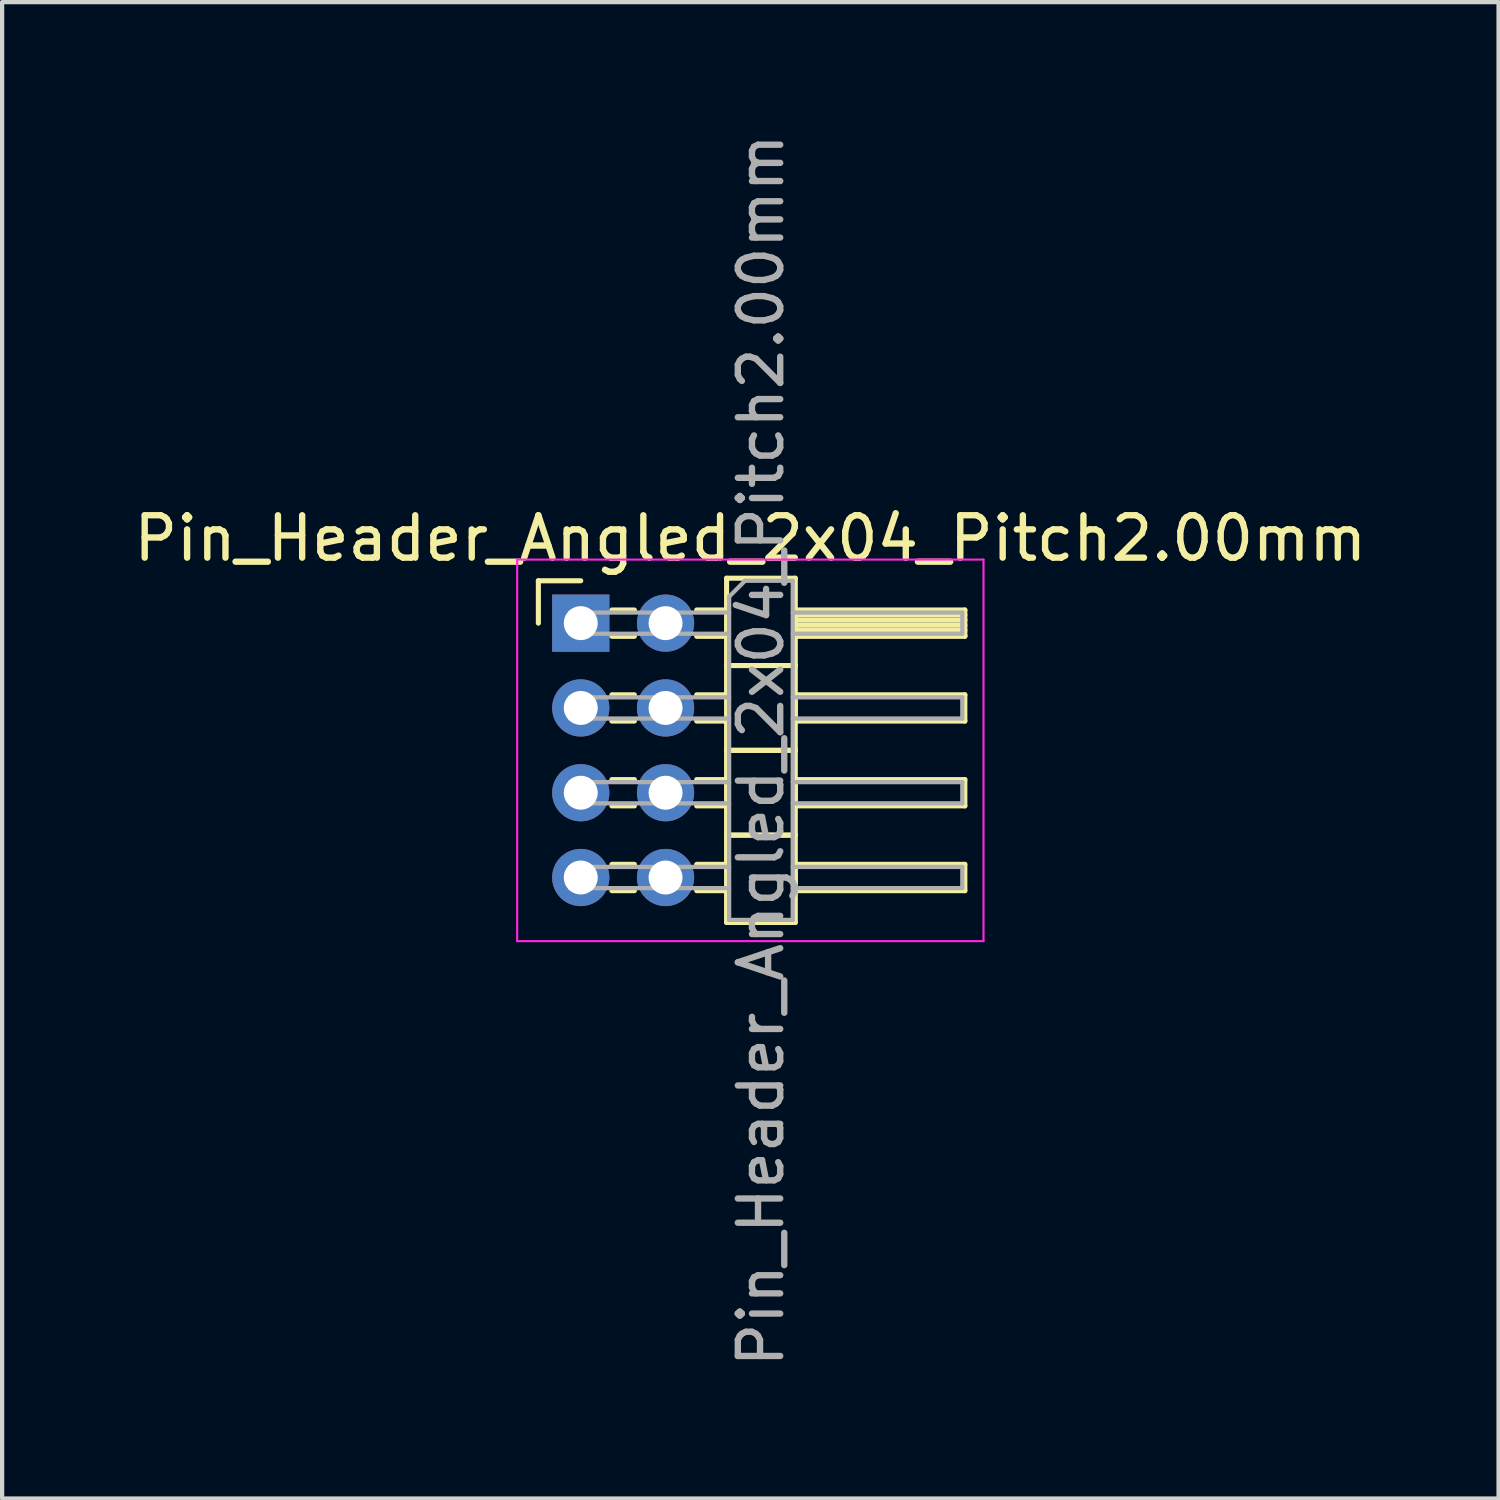
<source format=kicad_pcb>
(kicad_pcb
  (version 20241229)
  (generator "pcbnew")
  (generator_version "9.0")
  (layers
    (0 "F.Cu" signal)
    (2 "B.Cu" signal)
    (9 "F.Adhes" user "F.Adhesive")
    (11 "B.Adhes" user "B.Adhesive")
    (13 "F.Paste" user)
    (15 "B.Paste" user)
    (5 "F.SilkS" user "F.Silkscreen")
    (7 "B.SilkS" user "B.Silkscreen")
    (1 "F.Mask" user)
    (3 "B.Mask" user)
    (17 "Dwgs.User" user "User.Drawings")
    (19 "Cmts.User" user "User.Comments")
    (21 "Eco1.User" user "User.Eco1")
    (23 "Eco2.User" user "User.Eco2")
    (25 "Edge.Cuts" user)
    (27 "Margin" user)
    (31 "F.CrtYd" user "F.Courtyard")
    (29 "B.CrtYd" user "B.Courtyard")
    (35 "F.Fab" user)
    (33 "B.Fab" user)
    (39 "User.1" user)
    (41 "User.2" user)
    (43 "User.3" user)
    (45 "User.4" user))
  (footprint "Pin_Header_Angled_2x04_Pitch2.00mm"
    (layer "F.Cu")
    (at 10.649 11.649)
    (property "Reference" "Pin_Header_Angled_2x04_Pitch2.00mm" (at 4 -2 0) (layer "F.SilkS") (effects (font (size 1 1) (thickness 0.15))))
    (attr through_hole)
    (fp_line (start -1 -1) (end 0 -1) (stroke (width 0.12) (type solid)) (layer "F.SilkS"))
    (fp_line (start -1 0) (end -1 -1) (stroke (width 0.12) (type solid)) (layer "F.SilkS"))
    (fp_line (start 0.735 -0.31) (end 1.265 -0.31) (stroke (width 0.12) (type solid)) (layer "F.SilkS"))
    (fp_line (start 0.735 0.31) (end 1.265 0.31) (stroke (width 0.12) (type solid)) (layer "F.SilkS"))
    (fp_line (start 0.735 1.69) (end 1.265 1.69) (stroke (width 0.12) (type solid)) (layer "F.SilkS"))
    (fp_line (start 0.735 2.31) (end 1.265 2.31) (stroke (width 0.12) (type solid)) (layer "F.SilkS"))
    (fp_line (start 0.735 3.69) (end 1.265 3.69) (stroke (width 0.12) (type solid)) (layer "F.SilkS"))
    (fp_line (start 0.735 4.31) (end 1.265 4.31) (stroke (width 0.12) (type solid)) (layer "F.SilkS"))
    (fp_line (start 0.735 5.69) (end 1.265 5.69) (stroke (width 0.12) (type solid)) (layer "F.SilkS"))
    (fp_line (start 0.735 6.31) (end 1.265 6.31) (stroke (width 0.12) (type solid)) (layer "F.SilkS"))
    (fp_line (start 2.735 -0.31) (end 3.44 -0.31) (stroke (width 0.12) (type solid)) (layer "F.SilkS"))
    (fp_line (start 2.735 0.31) (end 3.44 0.31) (stroke (width 0.12) (type solid)) (layer "F.SilkS"))
    (fp_line (start 2.735 1.69) (end 3.44 1.69) (stroke (width 0.12) (type solid)) (layer "F.SilkS"))
    (fp_line (start 2.735 2.31) (end 3.44 2.31) (stroke (width 0.12) (type solid)) (layer "F.SilkS"))
    (fp_line (start 2.735 3.69) (end 3.44 3.69) (stroke (width 0.12) (type solid)) (layer "F.SilkS"))
    (fp_line (start 2.735 4.31) (end 3.44 4.31) (stroke (width 0.12) (type solid)) (layer "F.SilkS"))
    (fp_line (start 2.735 5.69) (end 3.44 5.69) (stroke (width 0.12) (type solid)) (layer "F.SilkS"))
    (fp_line (start 2.735 6.31) (end 3.44 6.31) (stroke (width 0.12) (type solid)) (layer "F.SilkS"))
    (fp_line (start 3.44 -1.06) (end 3.44 1) (stroke (width 0.12) (type solid)) (layer "F.SilkS"))
    (fp_line (start 3.44 1) (end 3.44 3) (stroke (width 0.12) (type solid)) (layer "F.SilkS"))
    (fp_line (start 3.44 1) (end 5.06 1) (stroke (width 0.12) (type solid)) (layer "F.SilkS"))
    (fp_line (start 3.44 3) (end 3.44 5) (stroke (width 0.12) (type solid)) (layer "F.SilkS"))
    (fp_line (start 3.44 3) (end 5.06 3) (stroke (width 0.12) (type solid)) (layer "F.SilkS"))
    (fp_line (start 3.44 5) (end 3.44 7.06) (stroke (width 0.12) (type solid)) (layer "F.SilkS"))
    (fp_line (start 3.44 5) (end 5.06 5) (stroke (width 0.12) (type solid)) (layer "F.SilkS"))
    (fp_line (start 3.44 7.06) (end 5.06 7.06) (stroke (width 0.12) (type solid)) (layer "F.SilkS"))
    (fp_line (start 5.06 -1.06) (end 3.44 -1.06) (stroke (width 0.12) (type solid)) (layer "F.SilkS"))
    (fp_line (start 5.06 -0.31) (end 5.06 0.31) (stroke (width 0.12) (type solid)) (layer "F.SilkS"))
    (fp_line (start 5.06 -0.19) (end 9.06 -0.19) (stroke (width 0.12) (type solid)) (layer "F.SilkS"))
    (fp_line (start 5.06 -0.07) (end 9.06 -0.07) (stroke (width 0.12) (type solid)) (layer "F.SilkS"))
    (fp_line (start 5.06 0.05) (end 9.06 0.05) (stroke (width 0.12) (type solid)) (layer "F.SilkS"))
    (fp_line (start 5.06 0.17) (end 9.06 0.17) (stroke (width 0.12) (type solid)) (layer "F.SilkS"))
    (fp_line (start 5.06 0.29) (end 9.06 0.29) (stroke (width 0.12) (type solid)) (layer "F.SilkS"))
    (fp_line (start 5.06 0.31) (end 9.06 0.31) (stroke (width 0.12) (type solid)) (layer "F.SilkS"))
    (fp_line (start 5.06 1) (end 3.44 1) (stroke (width 0.12) (type solid)) (layer "F.SilkS"))
    (fp_line (start 5.06 1) (end 5.06 -1.06) (stroke (width 0.12) (type solid)) (layer "F.SilkS"))
    (fp_line (start 5.06 1.69) (end 5.06 2.31) (stroke (width 0.12) (type solid)) (layer "F.SilkS"))
    (fp_line (start 5.06 2.31) (end 9.06 2.31) (stroke (width 0.12) (type solid)) (layer "F.SilkS"))
    (fp_line (start 5.06 3) (end 3.44 3) (stroke (width 0.12) (type solid)) (layer "F.SilkS"))
    (fp_line (start 5.06 3) (end 5.06 1) (stroke (width 0.12) (type solid)) (layer "F.SilkS"))
    (fp_line (start 5.06 3.69) (end 5.06 4.31) (stroke (width 0.12) (type solid)) (layer "F.SilkS"))
    (fp_line (start 5.06 4.31) (end 9.06 4.31) (stroke (width 0.12) (type solid)) (layer "F.SilkS"))
    (fp_line (start 5.06 5) (end 3.44 5) (stroke (width 0.12) (type solid)) (layer "F.SilkS"))
    (fp_line (start 5.06 5) (end 5.06 3) (stroke (width 0.12) (type solid)) (layer "F.SilkS"))
    (fp_line (start 5.06 5.69) (end 5.06 6.31) (stroke (width 0.12) (type solid)) (layer "F.SilkS"))
    (fp_line (start 5.06 6.31) (end 9.06 6.31) (stroke (width 0.12) (type solid)) (layer "F.SilkS"))
    (fp_line (start 5.06 7.06) (end 5.06 5) (stroke (width 0.12) (type solid)) (layer "F.SilkS"))
    (fp_line (start 9.06 -0.31) (end 5.06 -0.31) (stroke (width 0.12) (type solid)) (layer "F.SilkS"))
    (fp_line (start 9.06 0.31) (end 9.06 -0.31) (stroke (width 0.12) (type solid)) (layer "F.SilkS"))
    (fp_line (start 9.06 1.69) (end 5.06 1.69) (stroke (width 0.12) (type solid)) (layer "F.SilkS"))
    (fp_line (start 9.06 2.31) (end 9.06 1.69) (stroke (width 0.12) (type solid)) (layer "F.SilkS"))
    (fp_line (start 9.06 3.69) (end 5.06 3.69) (stroke (width 0.12) (type solid)) (layer "F.SilkS"))
    (fp_line (start 9.06 4.31) (end 9.06 3.69) (stroke (width 0.12) (type solid)) (layer "F.SilkS"))
    (fp_line (start 9.06 5.69) (end 5.06 5.69) (stroke (width 0.12) (type solid)) (layer "F.SilkS"))
    (fp_line (start 9.06 6.31) (end 9.06 5.69) (stroke (width 0.12) (type solid)) (layer "F.SilkS"))
    (fp_line (start -1.5 -1.5) (end -1.5 7.5) (stroke (width 0.05) (type solid)) (layer "F.CrtYd"))
    (fp_line (start -1.5 7.5) (end 9.5 7.5) (stroke (width 0.05) (type solid)) (layer "F.CrtYd"))
    (fp_line (start 9.5 -1.5) (end -1.5 -1.5) (stroke (width 0.05) (type solid)) (layer "F.CrtYd"))
    (fp_line (start 9.5 7.5) (end 9.5 -1.5) (stroke (width 0.05) (type solid)) (layer "F.CrtYd"))
    (fp_line (start -0.25 -0.25) (end -0.25 0.25) (stroke (width 0.1) (type solid)) (layer "F.Fab"))
    (fp_line (start -0.25 -0.25) (end 3.5 -0.25) (stroke (width 0.1) (type solid)) (layer "F.Fab"))
    (fp_line (start -0.25 0.25) (end 3.5 0.25) (stroke (width 0.1) (type solid)) (layer "F.Fab"))
    (fp_line (start -0.25 1.75) (end -0.25 2.25) (stroke (width 0.1) (type solid)) (layer "F.Fab"))
    (fp_line (start -0.25 1.75) (end 3.5 1.75) (stroke (width 0.1) (type solid)) (layer "F.Fab"))
    (fp_line (start -0.25 2.25) (end 3.5 2.25) (stroke (width 0.1) (type solid)) (layer "F.Fab"))
    (fp_line (start -0.25 3.75) (end -0.25 4.25) (stroke (width 0.1) (type solid)) (layer "F.Fab"))
    (fp_line (start -0.25 3.75) (end 3.5 3.75) (stroke (width 0.1) (type solid)) (layer "F.Fab"))
    (fp_line (start -0.25 4.25) (end 3.5 4.25) (stroke (width 0.1) (type solid)) (layer "F.Fab"))
    (fp_line (start -0.25 5.75) (end -0.25 6.25) (stroke (width 0.1) (type solid)) (layer "F.Fab"))
    (fp_line (start -0.25 5.75) (end 3.5 5.75) (stroke (width 0.1) (type solid)) (layer "F.Fab"))
    (fp_line (start -0.25 6.25) (end 3.5 6.25) (stroke (width 0.1) (type solid)) (layer "F.Fab"))
    (fp_line (start 3.5 -0.625) (end 3.875 -1) (stroke (width 0.1) (type solid)) (layer "F.Fab"))
    (fp_line (start 3.5 7) (end 3.5 -0.625) (stroke (width 0.1) (type solid)) (layer "F.Fab"))
    (fp_line (start 3.875 -1) (end 5 -1) (stroke (width 0.1) (type solid)) (layer "F.Fab"))
    (fp_line (start 5 -1) (end 5 7) (stroke (width 0.1) (type solid)) (layer "F.Fab"))
    (fp_line (start 5 -0.25) (end 9 -0.25) (stroke (width 0.1) (type solid)) (layer "F.Fab"))
    (fp_line (start 5 0.25) (end 9 0.25) (stroke (width 0.1) (type solid)) (layer "F.Fab"))
    (fp_line (start 5 1.75) (end 9 1.75) (stroke (width 0.1) (type solid)) (layer "F.Fab"))
    (fp_line (start 5 2.25) (end 9 2.25) (stroke (width 0.1) (type solid)) (layer "F.Fab"))
    (fp_line (start 5 3.75) (end 9 3.75) (stroke (width 0.1) (type solid)) (layer "F.Fab"))
    (fp_line (start 5 4.25) (end 9 4.25) (stroke (width 0.1) (type solid)) (layer "F.Fab"))
    (fp_line (start 5 5.75) (end 9 5.75) (stroke (width 0.1) (type solid)) (layer "F.Fab"))
    (fp_line (start 5 6.25) (end 9 6.25) (stroke (width 0.1) (type solid)) (layer "F.Fab"))
    (fp_line (start 5 7) (end 3.5 7) (stroke (width 0.1) (type solid)) (layer "F.Fab"))
    (fp_line (start 9 -0.25) (end 9 0.25) (stroke (width 0.1) (type solid)) (layer "F.Fab"))
    (fp_line (start 9 1.75) (end 9 2.25) (stroke (width 0.1) (type solid)) (layer "F.Fab"))
    (fp_line (start 9 3.75) (end 9 4.25) (stroke (width 0.1) (type solid)) (layer "F.Fab"))
    (fp_line (start 9 5.75) (end 9 6.25) (stroke (width 0.1) (type solid)) (layer "F.Fab"))
    (fp_text user "${REFERENCE}" (at 4.25 3 90) (layer "F.Fab") (effects (font (size 1 1) (thickness 0.15))))
    (pad "1" thru_hole rect (at 0 0) (size 1.35 1.35) (drill 0.8) (layers "*.Cu" "*.Mask"))
    (pad "2" thru_hole oval (at 2 0) (size 1.35 1.35) (drill 0.8) (layers "*.Cu" "*.Mask"))
    (pad "3" thru_hole oval (at 0 2) (size 1.35 1.35) (drill 0.8) (layers "*.Cu" "*.Mask"))
    (pad "4" thru_hole oval (at 2 2) (size 1.35 1.35) (drill 0.8) (layers "*.Cu" "*.Mask"))
    (pad "5" thru_hole oval (at 0 4) (size 1.35 1.35) (drill 0.8) (layers "*.Cu" "*.Mask"))
    (pad "6" thru_hole oval (at 2 4) (size 1.35 1.35) (drill 0.8) (layers "*.Cu" "*.Mask"))
    (pad "7" thru_hole oval (at 0 6) (size 1.35 1.35) (drill 0.8) (layers "*.Cu" "*.Mask"))
    (pad "8" thru_hole oval (at 2 6) (size 1.35 1.35) (drill 0.8) (layers "*.Cu" "*.Mask")))
  (gr_rect
    (start -3 -3)
    (end 32.298 32.298)
    (stroke (width 0.1) (type default))
    (fill no)
    (layer "Edge.Cuts")))
</source>
